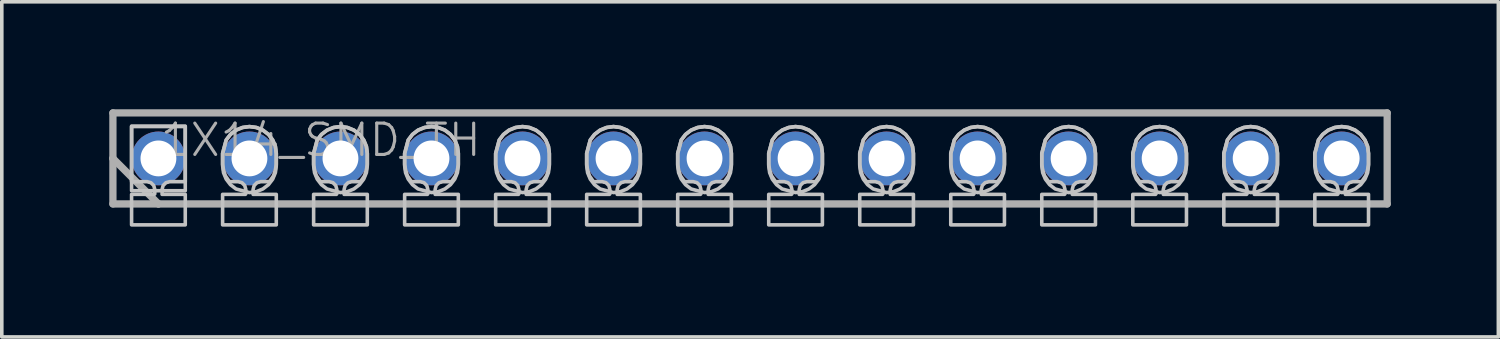
<source format=kicad_pcb>
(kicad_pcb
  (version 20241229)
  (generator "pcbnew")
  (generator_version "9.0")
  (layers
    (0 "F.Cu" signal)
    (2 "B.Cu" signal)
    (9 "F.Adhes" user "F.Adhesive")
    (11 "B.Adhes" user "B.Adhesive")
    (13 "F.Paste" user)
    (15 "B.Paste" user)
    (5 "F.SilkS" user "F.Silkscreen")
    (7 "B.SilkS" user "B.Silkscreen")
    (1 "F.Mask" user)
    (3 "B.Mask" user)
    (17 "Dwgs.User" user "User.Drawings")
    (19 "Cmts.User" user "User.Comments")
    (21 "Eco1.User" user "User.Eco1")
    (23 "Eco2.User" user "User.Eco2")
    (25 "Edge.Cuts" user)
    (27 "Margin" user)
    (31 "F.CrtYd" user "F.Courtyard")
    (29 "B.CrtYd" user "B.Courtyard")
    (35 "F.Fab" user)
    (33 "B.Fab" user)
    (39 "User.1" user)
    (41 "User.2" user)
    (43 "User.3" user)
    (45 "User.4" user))
  (footprint "1X14_SMD_TH"
    (layer "F.Cu")
    (at 1.371 1.371)
    (property "Reference" "1X14_SMD_TH" (at 0 0 0) (layer "F.Fab") (effects (font (size 0.874 0.874) (thickness 0.087)) (justify left bottom)))
    (attr through_hole)
    (fp_poly (pts (xy -0.876 -1.029) (xy 0.876 -1.029) (xy 0.876 1.029) (xy -0.876 1.029)) (stroke (width 0) (type solid)) (fill yes) (layer "F.Mask"))
    (fp_poly (pts (xy 1.664 0.14) (xy 1.664 -0.127) (xy 1.664 -0.127) (xy 1.692 -0.356) (xy 1.779 -0.569) (xy 1.918 -0.753) (xy 2.1 -0.895) (xy 2.54 -1.016) (xy 2.54 -1.016) (xy 2.768 -0.984) (xy 2.98 -0.895) (xy 3.162 -0.753) (xy 3.301 -0.569) (xy 3.388 -0.356) (xy 3.416 -0.127) (xy 3.416 0.14) (xy 3.416 0.14) (xy 3.386 0.367) (xy 3.299 0.578) (xy 3.16 0.759) (xy 2.978 0.899) (xy 2.767 0.986) (xy 2.54 1.016) (xy 2.54 1.016) (xy 2.313 0.986) (xy 2.102 0.899) (xy 1.92 0.759) (xy 1.781 0.578)) (stroke (width 0) (type solid)) (fill yes) (layer "F.Mask"))
    (fp_poly (pts (xy 4.204 0.14) (xy 4.204 -0.127) (xy 4.204 -0.127) (xy 4.232 -0.356) (xy 4.319 -0.569) (xy 4.458 -0.753) (xy 4.64 -0.895) (xy 5.08 -1.016) (xy 5.08 -1.016) (xy 5.308 -0.984) (xy 5.52 -0.895) (xy 5.702 -0.753) (xy 5.841 -0.569) (xy 5.928 -0.356) (xy 5.956 -0.127) (xy 5.956 0.14) (xy 5.956 0.14) (xy 5.926 0.367) (xy 5.839 0.578) (xy 5.7 0.759) (xy 5.518 0.899) (xy 5.307 0.986) (xy 5.08 1.016) (xy 5.08 1.016) (xy 4.853 0.986) (xy 4.642 0.899) (xy 4.46 0.759) (xy 4.321 0.578)) (stroke (width 0) (type solid)) (fill yes) (layer "F.Mask"))
    (fp_poly (pts (xy 6.744 0.14) (xy 6.744 -0.127) (xy 6.744 -0.127) (xy 6.772 -0.356) (xy 6.859 -0.569) (xy 6.998 -0.753) (xy 7.18 -0.895) (xy 7.62 -1.016) (xy 7.62 -1.016) (xy 7.848 -0.984) (xy 8.06 -0.895) (xy 8.242 -0.753) (xy 8.381 -0.569) (xy 8.468 -0.356) (xy 8.496 -0.127) (xy 8.496 0.14) (xy 8.496 0.14) (xy 8.466 0.367) (xy 8.379 0.578) (xy 8.24 0.759) (xy 8.058 0.899) (xy 7.847 0.986) (xy 7.62 1.016) (xy 7.62 1.016) (xy 7.393 0.986) (xy 7.182 0.899) (xy 7 0.759) (xy 6.861 0.578)) (stroke (width 0) (type solid)) (fill yes) (layer "F.Mask"))
    (fp_poly (pts (xy 9.284 0.14) (xy 9.284 -0.127) (xy 9.284 -0.127) (xy 9.312 -0.356) (xy 9.399 -0.569) (xy 9.538 -0.753) (xy 9.72 -0.895) (xy 10.16 -1.016) (xy 10.16 -1.016) (xy 10.388 -0.984) (xy 10.6 -0.895) (xy 10.782 -0.753) (xy 10.921 -0.569) (xy 11.008 -0.356) (xy 11.036 -0.127) (xy 11.036 0.14) (xy 11.036 0.14) (xy 11.006 0.367) (xy 10.919 0.578) (xy 10.78 0.759) (xy 10.598 0.899) (xy 10.387 0.986) (xy 10.16 1.016) (xy 10.16 1.016) (xy 9.933 0.986) (xy 9.722 0.899) (xy 9.54 0.759) (xy 9.401 0.578)) (stroke (width 0) (type solid)) (fill yes) (layer "F.Mask"))
    (fp_poly (pts (xy 11.824 0.14) (xy 11.824 -0.127) (xy 11.824 -0.127) (xy 11.852 -0.356) (xy 11.939 -0.569) (xy 12.078 -0.753) (xy 12.26 -0.895) (xy 12.7 -1.016) (xy 12.7 -1.016) (xy 12.928 -0.984) (xy 13.14 -0.895) (xy 13.322 -0.753) (xy 13.461 -0.569) (xy 13.548 -0.356) (xy 13.576 -0.127) (xy 13.576 0.14) (xy 13.576 0.14) (xy 13.546 0.367) (xy 13.459 0.578) (xy 13.32 0.759) (xy 13.138 0.899) (xy 12.927 0.986) (xy 12.7 1.016) (xy 12.7 1.016) (xy 12.473 0.986) (xy 12.262 0.899) (xy 12.08 0.759) (xy 11.941 0.578)) (stroke (width 0) (type solid)) (fill yes) (layer "F.Mask"))
    (fp_poly (pts (xy 14.364 0.14) (xy 14.364 -0.127) (xy 14.364 -0.127) (xy 14.392 -0.356) (xy 14.479 -0.569) (xy 14.618 -0.753) (xy 14.8 -0.895) (xy 15.24 -1.016) (xy 15.24 -1.016) (xy 15.468 -0.984) (xy 15.68 -0.895) (xy 15.862 -0.753) (xy 16.001 -0.569) (xy 16.088 -0.356) (xy 16.116 -0.127) (xy 16.116 0.14) (xy 16.116 0.14) (xy 16.086 0.367) (xy 15.999 0.578) (xy 15.86 0.759) (xy 15.678 0.899) (xy 15.467 0.986) (xy 15.24 1.016) (xy 15.24 1.016) (xy 15.013 0.986) (xy 14.802 0.899) (xy 14.62 0.759) (xy 14.481 0.578)) (stroke (width 0) (type solid)) (fill yes) (layer "F.Mask"))
    (fp_poly (pts (xy 16.904 0.14) (xy 16.904 -0.127) (xy 16.904 -0.127) (xy 16.932 -0.356) (xy 17.019 -0.569) (xy 17.158 -0.753) (xy 17.34 -0.895) (xy 17.78 -1.016) (xy 17.78 -1.016) (xy 18.008 -0.984) (xy 18.22 -0.895) (xy 18.402 -0.753) (xy 18.541 -0.569) (xy 18.628 -0.356) (xy 18.656 -0.127) (xy 18.656 0.14) (xy 18.656 0.14) (xy 18.626 0.367) (xy 18.539 0.578) (xy 18.4 0.759) (xy 18.218 0.899) (xy 18.007 0.986) (xy 17.78 1.016) (xy 17.78 1.016) (xy 17.553 0.986) (xy 17.342 0.899) (xy 17.16 0.759) (xy 17.021 0.578)) (stroke (width 0) (type solid)) (fill yes) (layer "F.Mask"))
    (fp_poly (pts (xy 19.444 0.14) (xy 19.444 -0.127) (xy 19.444 -0.127) (xy 19.472 -0.356) (xy 19.559 -0.569) (xy 19.698 -0.753) (xy 19.88 -0.895) (xy 20.32 -1.016) (xy 20.32 -1.016) (xy 20.548 -0.984) (xy 20.76 -0.895) (xy 20.942 -0.753) (xy 21.081 -0.569) (xy 21.168 -0.356) (xy 21.196 -0.127) (xy 21.196 0.14) (xy 21.196 0.14) (xy 21.166 0.367) (xy 21.079 0.578) (xy 20.94 0.759) (xy 20.758 0.899) (xy 20.547 0.986) (xy 20.32 1.016) (xy 20.32 1.016) (xy 20.093 0.986) (xy 19.882 0.899) (xy 19.7 0.759) (xy 19.561 0.578)) (stroke (width 0) (type solid)) (fill yes) (layer "F.Mask"))
    (fp_poly (pts (xy 21.984 0.14) (xy 21.984 -0.127) (xy 21.984 -0.127) (xy 22.012 -0.356) (xy 22.099 -0.569) (xy 22.238 -0.753) (xy 22.42 -0.895) (xy 22.86 -1.016) (xy 22.86 -1.016) (xy 23.088 -0.984) (xy 23.3 -0.895) (xy 23.482 -0.753) (xy 23.621 -0.569) (xy 23.708 -0.356) (xy 23.736 -0.127) (xy 23.736 0.14) (xy 23.736 0.14) (xy 23.706 0.367) (xy 23.619 0.578) (xy 23.48 0.759) (xy 23.298 0.899) (xy 23.087 0.986) (xy 22.86 1.016) (xy 22.86 1.016) (xy 22.633 0.986) (xy 22.422 0.899) (xy 22.24 0.759) (xy 22.101 0.578)) (stroke (width 0) (type solid)) (fill yes) (layer "F.Mask"))
    (fp_poly (pts (xy 24.524 0.14) (xy 24.524 -0.127) (xy 24.524 -0.127) (xy 24.552 -0.356) (xy 24.639 -0.569) (xy 24.778 -0.753) (xy 24.96 -0.895) (xy 25.4 -1.016) (xy 25.4 -1.016) (xy 25.628 -0.984) (xy 25.84 -0.895) (xy 26.022 -0.753) (xy 26.161 -0.569) (xy 26.248 -0.356) (xy 26.276 -0.127) (xy 26.276 0.14) (xy 26.276 0.14) (xy 26.246 0.367) (xy 26.159 0.578) (xy 26.02 0.759) (xy 25.838 0.899) (xy 25.627 0.986) (xy 25.4 1.016) (xy 25.4 1.016) (xy 25.173 0.986) (xy 24.962 0.899) (xy 24.78 0.759) (xy 24.641 0.578)) (stroke (width 0) (type solid)) (fill yes) (layer "F.Mask"))
    (fp_poly (pts (xy 27.064 0.14) (xy 27.064 -0.127) (xy 27.064 -0.127) (xy 27.092 -0.356) (xy 27.179 -0.569) (xy 27.318 -0.753) (xy 27.5 -0.895) (xy 27.94 -1.016) (xy 27.94 -1.016) (xy 28.168 -0.984) (xy 28.38 -0.895) (xy 28.562 -0.753) (xy 28.701 -0.569) (xy 28.788 -0.356) (xy 28.816 -0.127) (xy 28.816 0.14) (xy 28.816 0.14) (xy 28.786 0.367) (xy 28.699 0.578) (xy 28.56 0.759) (xy 28.378 0.899) (xy 28.167 0.986) (xy 27.94 1.016) (xy 27.94 1.016) (xy 27.713 0.986) (xy 27.502 0.899) (xy 27.32 0.759) (xy 27.181 0.578)) (stroke (width 0) (type solid)) (fill yes) (layer "F.Mask"))
    (fp_poly (pts (xy 29.604 0.14) (xy 29.604 -0.127) (xy 29.604 -0.127) (xy 29.632 -0.356) (xy 29.719 -0.569) (xy 29.858 -0.753) (xy 30.04 -0.895) (xy 30.48 -1.016) (xy 30.48 -1.016) (xy 30.708 -0.984) (xy 30.92 -0.895) (xy 31.102 -0.753) (xy 31.241 -0.569) (xy 31.328 -0.356) (xy 31.356 -0.127) (xy 31.356 0.14) (xy 31.356 0.14) (xy 31.326 0.367) (xy 31.239 0.578) (xy 31.1 0.759) (xy 30.918 0.899) (xy 30.707 0.986) (xy 30.48 1.016) (xy 30.48 1.016) (xy 30.253 0.986) (xy 30.042 0.899) (xy 29.86 0.759) (xy 29.721 0.578)) (stroke (width 0) (type solid)) (fill yes) (layer "F.Mask"))
    (fp_poly (pts (xy 32.144 0.14) (xy 32.144 -0.127) (xy 32.144 -0.127) (xy 32.172 -0.356) (xy 32.259 -0.569) (xy 32.398 -0.753) (xy 32.58 -0.895) (xy 33.02 -1.016) (xy 33.02 -1.016) (xy 33.248 -0.984) (xy 33.46 -0.895) (xy 33.642 -0.753) (xy 33.781 -0.569) (xy 33.868 -0.356) (xy 33.896 -0.127) (xy 33.896 0.14) (xy 33.896 0.14) (xy 33.866 0.367) (xy 33.779 0.578) (xy 33.64 0.759) (xy 33.458 0.899) (xy 33.247 0.986) (xy 33.02 1.016) (xy 33.02 1.016) (xy 32.793 0.986) (xy 32.582 0.899) (xy 32.4 0.759) (xy 32.261 0.578)) (stroke (width 0) (type solid)) (fill yes) (layer "F.Mask"))
    (fp_poly (pts (xy -0.876 -1.029) (xy -0.876 0.775) (xy -0.356 0.775) (xy -0.33 0.775) (xy -0.229 0.876) (xy -0.749 0.876) (xy -0.876 1.003) (xy -0.876 1.854) (xy -0.749 1.981) (xy 0.749 1.981) (xy 0.876 1.854) (xy 0.876 1.003) (xy 0.749 0.876) (xy 0.229 0.876) (xy 0.33 0.775) (xy 0.356 0.775) (xy 0.876 0.775) (xy 0.876 -1.029)) (stroke (width 0) (type solid)) (fill yes) (layer "B.Mask"))
    (fp_poly (pts (xy 1.664 -0.152) (xy 1.664 -0.152) (xy 1.693 -0.376) (xy 1.779 -0.584) (xy 1.917 -0.763) (xy 2.095 -0.9) (xy 2.527 -1.016) (xy 2.54 -1.016) (xy 2.553 -1.016) (xy 2.553 -1.016) (xy 2.776 -0.987) (xy 2.985 -0.9) (xy 3.163 -0.763) (xy 3.301 -0.584) (xy 3.387 -0.376) (xy 3.416 -0.152) (xy 3.416 0.152) (xy 3.391 0.343) (xy 3.327 0.533) (xy 3.175 0.749) (xy 3.124 0.775) (xy 2.896 0.775) (xy 2.87 0.775) (xy 2.769 0.876) (xy 3.289 0.876) (xy 3.416 1.003) (xy 3.416 1.854) (xy 3.289 1.981) (xy 1.791 1.981) (xy 1.664 1.854) (xy 1.664 1.003) (xy 1.791 0.876) (xy 2.311 0.876) (xy 2.21 0.775) (xy 2.184 0.775) (xy 1.956 0.775) (xy 1.905 0.749) (xy 1.753 0.533) (xy 1.664 0.152)) (stroke (width 0) (type solid)) (fill yes) (layer "B.Mask"))
    (fp_poly (pts (xy 1.664 -0.152) (xy 1.664 -0.152) (xy 1.693 -0.376) (xy 1.779 -0.584) (xy 1.917 -0.763) (xy 2.095 -0.9) (xy 2.527 -1.016) (xy 2.54 -1.016) (xy 2.553 -1.016) (xy 2.553 -1.016) (xy 2.776 -0.987) (xy 2.985 -0.9) (xy 3.163 -0.763) (xy 3.301 -0.584) (xy 3.387 -0.376) (xy 3.416 -0.152) (xy 3.416 0.152) (xy 3.391 0.343) (xy 3.327 0.533) (xy 3.175 0.749) (xy 3.124 0.775) (xy 2.896 0.775) (xy 2.87 0.775) (xy 2.769 0.876) (xy 3.289 0.876) (xy 3.416 1.003) (xy 3.416 1.854) (xy 3.289 1.981) (xy 1.791 1.981) (xy 1.664 1.854) (xy 1.664 1.003) (xy 1.791 0.876) (xy 2.311 0.876) (xy 2.21 0.775) (xy 2.184 0.775) (xy 1.956 0.775) (xy 1.905 0.749) (xy 1.753 0.533) (xy 1.664 0.152)) (stroke (width 0) (type solid)) (fill yes) (layer "B.Mask"))
    (fp_poly (pts (xy 4.204 -0.152) (xy 4.204 -0.152) (xy 4.233 -0.376) (xy 4.319 -0.584) (xy 4.457 -0.763) (xy 4.636 -0.9) (xy 5.067 -1.016) (xy 5.08 -1.016) (xy 5.093 -1.016) (xy 5.093 -1.016) (xy 5.316 -0.987) (xy 5.524 -0.9) (xy 5.703 -0.763) (xy 5.841 -0.584) (xy 5.927 -0.376) (xy 5.956 -0.152) (xy 5.956 0.152) (xy 5.931 0.343) (xy 5.867 0.533) (xy 5.715 0.749) (xy 5.664 0.775) (xy 5.436 0.775) (xy 5.41 0.775) (xy 5.309 0.876) (xy 5.829 0.876) (xy 5.956 1.003) (xy 5.956 1.854) (xy 5.829 1.981) (xy 4.331 1.981) (xy 4.204 1.854) (xy 4.204 1.003) (xy 4.331 0.876) (xy 4.851 0.876) (xy 4.75 0.775) (xy 4.724 0.775) (xy 4.496 0.775) (xy 4.445 0.749) (xy 4.293 0.533) (xy 4.204 0.152)) (stroke (width 0) (type solid)) (fill yes) (layer "B.Mask"))
    (fp_poly (pts (xy 4.204 -0.152) (xy 4.204 -0.152) (xy 4.233 -0.376) (xy 4.319 -0.584) (xy 4.457 -0.763) (xy 4.636 -0.9) (xy 5.067 -1.016) (xy 5.08 -1.016) (xy 5.093 -1.016) (xy 5.093 -1.016) (xy 5.316 -0.987) (xy 5.524 -0.9) (xy 5.703 -0.763) (xy 5.841 -0.584) (xy 5.927 -0.376) (xy 5.956 -0.152) (xy 5.956 0.152) (xy 5.931 0.343) (xy 5.867 0.533) (xy 5.715 0.749) (xy 5.664 0.775) (xy 5.436 0.775) (xy 5.41 0.775) (xy 5.309 0.876) (xy 5.829 0.876) (xy 5.956 1.003) (xy 5.956 1.854) (xy 5.829 1.981) (xy 4.331 1.981) (xy 4.204 1.854) (xy 4.204 1.003) (xy 4.331 0.876) (xy 4.851 0.876) (xy 4.75 0.775) (xy 4.724 0.775) (xy 4.496 0.775) (xy 4.445 0.749) (xy 4.293 0.533) (xy 4.204 0.152)) (stroke (width 0) (type solid)) (fill yes) (layer "B.Mask"))
    (fp_poly (pts (xy 6.744 -0.152) (xy 6.744 -0.152) (xy 6.773 -0.376) (xy 6.859 -0.584) (xy 6.997 -0.763) (xy 7.176 -0.9) (xy 7.607 -1.016) (xy 7.62 -1.016) (xy 7.633 -1.016) (xy 7.633 -1.016) (xy 7.856 -0.987) (xy 8.065 -0.9) (xy 8.243 -0.763) (xy 8.381 -0.584) (xy 8.467 -0.376) (xy 8.496 -0.152) (xy 8.496 0.152) (xy 8.471 0.343) (xy 8.407 0.533) (xy 8.255 0.749) (xy 8.204 0.775) (xy 7.976 0.775) (xy 7.95 0.775) (xy 7.849 0.876) (xy 8.369 0.876) (xy 8.496 1.003) (xy 8.496 1.854) (xy 8.369 1.981) (xy 6.871 1.981) (xy 6.744 1.854) (xy 6.744 1.003) (xy 6.871 0.876) (xy 7.391 0.876) (xy 7.29 0.775) (xy 7.264 0.775) (xy 7.036 0.775) (xy 6.985 0.749) (xy 6.833 0.533) (xy 6.744 0.152)) (stroke (width 0) (type solid)) (fill yes) (layer "B.Mask"))
    (fp_poly (pts (xy 6.744 -0.152) (xy 6.744 -0.152) (xy 6.773 -0.376) (xy 6.859 -0.584) (xy 6.997 -0.763) (xy 7.176 -0.9) (xy 7.607 -1.016) (xy 7.62 -1.016) (xy 7.633 -1.016) (xy 7.633 -1.016) (xy 7.856 -0.987) (xy 8.065 -0.9) (xy 8.243 -0.763) (xy 8.381 -0.584) (xy 8.467 -0.376) (xy 8.496 -0.152) (xy 8.496 0.152) (xy 8.471 0.343) (xy 8.407 0.533) (xy 8.255 0.749) (xy 8.204 0.775) (xy 7.976 0.775) (xy 7.95 0.775) (xy 7.849 0.876) (xy 8.369 0.876) (xy 8.496 1.003) (xy 8.496 1.854) (xy 8.369 1.981) (xy 6.871 1.981) (xy 6.744 1.854) (xy 6.744 1.003) (xy 6.871 0.876) (xy 7.391 0.876) (xy 7.29 0.775) (xy 7.264 0.775) (xy 7.036 0.775) (xy 6.985 0.749) (xy 6.833 0.533) (xy 6.744 0.152)) (stroke (width 0) (type solid)) (fill yes) (layer "B.Mask"))
    (fp_poly (pts (xy 9.284 -0.152) (xy 9.284 -0.152) (xy 9.313 -0.376) (xy 9.399 -0.584) (xy 9.537 -0.763) (xy 9.716 -0.9) (xy 10.147 -1.016) (xy 10.16 -1.016) (xy 10.173 -1.016) (xy 10.173 -1.016) (xy 10.396 -0.987) (xy 10.604 -0.9) (xy 10.783 -0.763) (xy 10.921 -0.584) (xy 11.007 -0.376) (xy 11.036 -0.152) (xy 11.036 0.152) (xy 11.011 0.343) (xy 10.947 0.533) (xy 10.795 0.749) (xy 10.744 0.775) (xy 10.516 0.775) (xy 10.49 0.775) (xy 10.389 0.876) (xy 10.909 0.876) (xy 11.036 1.003) (xy 11.036 1.854) (xy 10.909 1.981) (xy 9.411 1.981) (xy 9.284 1.854) (xy 9.284 1.003) (xy 9.411 0.876) (xy 9.931 0.876) (xy 9.83 0.775) (xy 9.804 0.775) (xy 9.576 0.775) (xy 9.525 0.749) (xy 9.373 0.533) (xy 9.284 0.152)) (stroke (width 0) (type solid)) (fill yes) (layer "B.Mask"))
    (fp_poly (pts (xy 9.284 -0.152) (xy 9.284 -0.152) (xy 9.313 -0.376) (xy 9.399 -0.584) (xy 9.537 -0.763) (xy 9.716 -0.9) (xy 10.147 -1.016) (xy 10.16 -1.016) (xy 10.173 -1.016) (xy 10.173 -1.016) (xy 10.396 -0.987) (xy 10.604 -0.9) (xy 10.783 -0.763) (xy 10.921 -0.584) (xy 11.007 -0.376) (xy 11.036 -0.152) (xy 11.036 0.152) (xy 11.011 0.343) (xy 10.947 0.533) (xy 10.795 0.749) (xy 10.744 0.775) (xy 10.516 0.775) (xy 10.49 0.775) (xy 10.389 0.876) (xy 10.909 0.876) (xy 11.036 1.003) (xy 11.036 1.854) (xy 10.909 1.981) (xy 9.411 1.981) (xy 9.284 1.854) (xy 9.284 1.003) (xy 9.411 0.876) (xy 9.931 0.876) (xy 9.83 0.775) (xy 9.804 0.775) (xy 9.576 0.775) (xy 9.525 0.749) (xy 9.373 0.533) (xy 9.284 0.152)) (stroke (width 0) (type solid)) (fill yes) (layer "B.Mask"))
    (fp_poly (pts (xy 11.824 -0.152) (xy 11.824 -0.152) (xy 11.853 -0.376) (xy 11.939 -0.584) (xy 12.077 -0.763) (xy 12.255 -0.9) (xy 12.687 -1.016) (xy 12.7 -1.016) (xy 12.713 -1.016) (xy 12.713 -1.016) (xy 12.936 -0.987) (xy 13.145 -0.9) (xy 13.323 -0.763) (xy 13.461 -0.584) (xy 13.547 -0.376) (xy 13.576 -0.152) (xy 13.576 0.152) (xy 13.551 0.343) (xy 13.487 0.533) (xy 13.335 0.749) (xy 13.284 0.775) (xy 13.056 0.775) (xy 13.03 0.775) (xy 12.929 0.876) (xy 13.449 0.876) (xy 13.576 1.003) (xy 13.576 1.854) (xy 13.449 1.981) (xy 11.951 1.981) (xy 11.824 1.854) (xy 11.824 1.003) (xy 11.951 0.876) (xy 12.471 0.876) (xy 12.37 0.775) (xy 12.344 0.775) (xy 12.116 0.775) (xy 12.065 0.749) (xy 11.913 0.533) (xy 11.824 0.152)) (stroke (width 0) (type solid)) (fill yes) (layer "B.Mask"))
    (fp_poly (pts (xy 11.824 -0.152) (xy 11.824 -0.152) (xy 11.853 -0.376) (xy 11.939 -0.584) (xy 12.077 -0.763) (xy 12.255 -0.9) (xy 12.687 -1.016) (xy 12.7 -1.016) (xy 12.713 -1.016) (xy 12.713 -1.016) (xy 12.936 -0.987) (xy 13.145 -0.9) (xy 13.323 -0.763) (xy 13.461 -0.584) (xy 13.547 -0.376) (xy 13.576 -0.152) (xy 13.576 0.152) (xy 13.551 0.343) (xy 13.487 0.533) (xy 13.335 0.749) (xy 13.284 0.775) (xy 13.056 0.775) (xy 13.03 0.775) (xy 12.929 0.876) (xy 13.449 0.876) (xy 13.576 1.003) (xy 13.576 1.854) (xy 13.449 1.981) (xy 11.951 1.981) (xy 11.824 1.854) (xy 11.824 1.003) (xy 11.951 0.876) (xy 12.471 0.876) (xy 12.37 0.775) (xy 12.344 0.775) (xy 12.116 0.775) (xy 12.065 0.749) (xy 11.913 0.533) (xy 11.824 0.152)) (stroke (width 0) (type solid)) (fill yes) (layer "B.Mask"))
    (fp_poly (pts (xy 14.364 -0.152) (xy 14.364 -0.152) (xy 14.393 -0.376) (xy 14.479 -0.584) (xy 14.617 -0.763) (xy 14.796 -0.9) (xy 15.227 -1.016) (xy 15.24 -1.016) (xy 15.253 -1.016) (xy 15.253 -1.016) (xy 15.476 -0.987) (xy 15.684 -0.9) (xy 15.863 -0.763) (xy 16.001 -0.584) (xy 16.087 -0.376) (xy 16.116 -0.152) (xy 16.116 0.152) (xy 16.091 0.343) (xy 16.027 0.533) (xy 15.875 0.749) (xy 15.824 0.775) (xy 15.596 0.775) (xy 15.57 0.775) (xy 15.469 0.876) (xy 15.989 0.876) (xy 16.116 1.003) (xy 16.116 1.854) (xy 15.989 1.981) (xy 14.491 1.981) (xy 14.364 1.854) (xy 14.364 1.003) (xy 14.491 0.876) (xy 15.011 0.876) (xy 14.91 0.775) (xy 14.884 0.775) (xy 14.656 0.775) (xy 14.605 0.749) (xy 14.453 0.533) (xy 14.364 0.152)) (stroke (width 0) (type solid)) (fill yes) (layer "B.Mask"))
    (fp_poly (pts (xy 14.364 -0.152) (xy 14.364 -0.152) (xy 14.393 -0.376) (xy 14.479 -0.584) (xy 14.617 -0.763) (xy 14.796 -0.9) (xy 15.227 -1.016) (xy 15.24 -1.016) (xy 15.253 -1.016) (xy 15.253 -1.016) (xy 15.476 -0.987) (xy 15.684 -0.9) (xy 15.863 -0.763) (xy 16.001 -0.584) (xy 16.087 -0.376) (xy 16.116 -0.152) (xy 16.116 0.152) (xy 16.091 0.343) (xy 16.027 0.533) (xy 15.875 0.749) (xy 15.824 0.775) (xy 15.596 0.775) (xy 15.57 0.775) (xy 15.469 0.876) (xy 15.989 0.876) (xy 16.116 1.003) (xy 16.116 1.854) (xy 15.989 1.981) (xy 14.491 1.981) (xy 14.364 1.854) (xy 14.364 1.003) (xy 14.491 0.876) (xy 15.011 0.876) (xy 14.91 0.775) (xy 14.884 0.775) (xy 14.656 0.775) (xy 14.605 0.749) (xy 14.453 0.533) (xy 14.364 0.152)) (stroke (width 0) (type solid)) (fill yes) (layer "B.Mask"))
    (fp_poly (pts (xy 16.904 -0.152) (xy 16.904 -0.152) (xy 16.933 -0.376) (xy 17.019 -0.584) (xy 17.157 -0.763) (xy 17.335 -0.9) (xy 17.767 -1.016) (xy 17.78 -1.016) (xy 17.793 -1.016) (xy 17.793 -1.016) (xy 18.016 -0.987) (xy 18.224 -0.9) (xy 18.403 -0.763) (xy 18.541 -0.584) (xy 18.627 -0.376) (xy 18.656 -0.152) (xy 18.656 0.152) (xy 18.631 0.343) (xy 18.567 0.533) (xy 18.415 0.749) (xy 18.364 0.775) (xy 18.136 0.775) (xy 18.11 0.775) (xy 18.009 0.876) (xy 18.529 0.876) (xy 18.656 1.003) (xy 18.656 1.854) (xy 18.529 1.981) (xy 17.031 1.981) (xy 16.904 1.854) (xy 16.904 1.003) (xy 17.031 0.876) (xy 17.551 0.876) (xy 17.45 0.775) (xy 17.424 0.775) (xy 17.196 0.775) (xy 17.145 0.749) (xy 16.993 0.533) (xy 16.904 0.152)) (stroke (width 0) (type solid)) (fill yes) (layer "B.Mask"))
    (fp_poly (pts (xy 16.904 -0.152) (xy 16.904 -0.152) (xy 16.933 -0.376) (xy 17.019 -0.584) (xy 17.157 -0.763) (xy 17.335 -0.9) (xy 17.767 -1.016) (xy 17.78 -1.016) (xy 17.793 -1.016) (xy 17.793 -1.016) (xy 18.016 -0.987) (xy 18.224 -0.9) (xy 18.403 -0.763) (xy 18.541 -0.584) (xy 18.627 -0.376) (xy 18.656 -0.152) (xy 18.656 0.152) (xy 18.631 0.343) (xy 18.567 0.533) (xy 18.415 0.749) (xy 18.364 0.775) (xy 18.136 0.775) (xy 18.11 0.775) (xy 18.009 0.876) (xy 18.529 0.876) (xy 18.656 1.003) (xy 18.656 1.854) (xy 18.529 1.981) (xy 17.031 1.981) (xy 16.904 1.854) (xy 16.904 1.003) (xy 17.031 0.876) (xy 17.551 0.876) (xy 17.45 0.775) (xy 17.424 0.775) (xy 17.196 0.775) (xy 17.145 0.749) (xy 16.993 0.533) (xy 16.904 0.152)) (stroke (width 0) (type solid)) (fill yes) (layer "B.Mask"))
    (fp_poly (pts (xy 19.444 -0.152) (xy 19.444 -0.152) (xy 19.473 -0.376) (xy 19.559 -0.584) (xy 19.697 -0.763) (xy 19.875 -0.9) (xy 20.307 -1.016) (xy 20.32 -1.016) (xy 20.333 -1.016) (xy 20.333 -1.016) (xy 20.556 -0.987) (xy 20.765 -0.9) (xy 20.943 -0.763) (xy 21.081 -0.584) (xy 21.167 -0.376) (xy 21.196 -0.152) (xy 21.196 0.152) (xy 21.171 0.343) (xy 21.107 0.533) (xy 20.955 0.749) (xy 20.904 0.775) (xy 20.676 0.775) (xy 20.65 0.775) (xy 20.549 0.876) (xy 21.069 0.876) (xy 21.196 1.003) (xy 21.196 1.854) (xy 21.069 1.981) (xy 19.571 1.981) (xy 19.444 1.854) (xy 19.444 1.003) (xy 19.571 0.876) (xy 20.091 0.876) (xy 19.99 0.775) (xy 19.964 0.775) (xy 19.736 0.775) (xy 19.685 0.749) (xy 19.533 0.533) (xy 19.444 0.152)) (stroke (width 0) (type solid)) (fill yes) (layer "B.Mask"))
    (fp_poly (pts (xy 19.444 -0.152) (xy 19.444 -0.152) (xy 19.473 -0.376) (xy 19.559 -0.584) (xy 19.697 -0.763) (xy 19.875 -0.9) (xy 20.307 -1.016) (xy 20.32 -1.016) (xy 20.333 -1.016) (xy 20.333 -1.016) (xy 20.556 -0.987) (xy 20.765 -0.9) (xy 20.943 -0.763) (xy 21.081 -0.584) (xy 21.167 -0.376) (xy 21.196 -0.152) (xy 21.196 0.152) (xy 21.171 0.343) (xy 21.107 0.533) (xy 20.955 0.749) (xy 20.904 0.775) (xy 20.676 0.775) (xy 20.65 0.775) (xy 20.549 0.876) (xy 21.069 0.876) (xy 21.196 1.003) (xy 21.196 1.854) (xy 21.069 1.981) (xy 19.571 1.981) (xy 19.444 1.854) (xy 19.444 1.003) (xy 19.571 0.876) (xy 20.091 0.876) (xy 19.99 0.775) (xy 19.964 0.775) (xy 19.736 0.775) (xy 19.685 0.749) (xy 19.533 0.533) (xy 19.444 0.152)) (stroke (width 0) (type solid)) (fill yes) (layer "B.Mask"))
    (fp_poly (pts (xy 21.984 -0.152) (xy 21.984 -0.152) (xy 22.013 -0.376) (xy 22.099 -0.584) (xy 22.237 -0.763) (xy 22.416 -0.9) (xy 22.847 -1.016) (xy 22.86 -1.016) (xy 22.873 -1.016) (xy 22.873 -1.016) (xy 23.096 -0.987) (xy 23.305 -0.9) (xy 23.483 -0.763) (xy 23.621 -0.584) (xy 23.707 -0.376) (xy 23.736 -0.152) (xy 23.736 0.152) (xy 23.711 0.343) (xy 23.647 0.533) (xy 23.495 0.749) (xy 23.444 0.775) (xy 23.216 0.775) (xy 23.19 0.775) (xy 23.089 0.876) (xy 23.609 0.876) (xy 23.736 1.003) (xy 23.736 1.854) (xy 23.609 1.981) (xy 22.111 1.981) (xy 21.984 1.854) (xy 21.984 1.003) (xy 22.111 0.876) (xy 22.631 0.876) (xy 22.53 0.775) (xy 22.504 0.775) (xy 22.276 0.775) (xy 22.225 0.749) (xy 22.073 0.533) (xy 21.984 0.152)) (stroke (width 0) (type solid)) (fill yes) (layer "B.Mask"))
    (fp_poly (pts (xy 21.984 -0.152) (xy 21.984 -0.152) (xy 22.013 -0.376) (xy 22.099 -0.584) (xy 22.237 -0.763) (xy 22.416 -0.9) (xy 22.847 -1.016) (xy 22.86 -1.016) (xy 22.873 -1.016) (xy 22.873 -1.016) (xy 23.096 -0.987) (xy 23.305 -0.9) (xy 23.483 -0.763) (xy 23.621 -0.584) (xy 23.707 -0.376) (xy 23.736 -0.152) (xy 23.736 0.152) (xy 23.711 0.343) (xy 23.647 0.533) (xy 23.495 0.749) (xy 23.444 0.775) (xy 23.216 0.775) (xy 23.19 0.775) (xy 23.089 0.876) (xy 23.609 0.876) (xy 23.736 1.003) (xy 23.736 1.854) (xy 23.609 1.981) (xy 22.111 1.981) (xy 21.984 1.854) (xy 21.984 1.003) (xy 22.111 0.876) (xy 22.631 0.876) (xy 22.53 0.775) (xy 22.504 0.775) (xy 22.276 0.775) (xy 22.225 0.749) (xy 22.073 0.533) (xy 21.984 0.152)) (stroke (width 0) (type solid)) (fill yes) (layer "B.Mask"))
    (fp_poly (pts (xy 24.524 -0.152) (xy 24.524 -0.152) (xy 24.553 -0.376) (xy 24.639 -0.584) (xy 24.777 -0.763) (xy 24.956 -0.9) (xy 25.387 -1.016) (xy 25.4 -1.016) (xy 25.413 -1.016) (xy 25.413 -1.016) (xy 25.636 -0.987) (xy 25.845 -0.9) (xy 26.023 -0.763) (xy 26.161 -0.584) (xy 26.247 -0.376) (xy 26.276 -0.152) (xy 26.276 0.152) (xy 26.251 0.343) (xy 26.187 0.533) (xy 26.035 0.749) (xy 25.984 0.775) (xy 25.756 0.775) (xy 25.73 0.775) (xy 25.629 0.876) (xy 26.149 0.876) (xy 26.276 1.003) (xy 26.276 1.854) (xy 26.149 1.981) (xy 24.651 1.981) (xy 24.524 1.854) (xy 24.524 1.003) (xy 24.651 0.876) (xy 25.171 0.876) (xy 25.07 0.775) (xy 25.044 0.775) (xy 24.816 0.775) (xy 24.765 0.749) (xy 24.613 0.533) (xy 24.524 0.152)) (stroke (width 0) (type solid)) (fill yes) (layer "B.Mask"))
    (fp_poly (pts (xy 24.524 -0.152) (xy 24.524 -0.152) (xy 24.553 -0.376) (xy 24.639 -0.584) (xy 24.777 -0.763) (xy 24.956 -0.9) (xy 25.387 -1.016) (xy 25.4 -1.016) (xy 25.413 -1.016) (xy 25.413 -1.016) (xy 25.636 -0.987) (xy 25.845 -0.9) (xy 26.023 -0.763) (xy 26.161 -0.584) (xy 26.247 -0.376) (xy 26.276 -0.152) (xy 26.276 0.152) (xy 26.251 0.343) (xy 26.187 0.533) (xy 26.035 0.749) (xy 25.984 0.775) (xy 25.756 0.775) (xy 25.73 0.775) (xy 25.629 0.876) (xy 26.149 0.876) (xy 26.276 1.003) (xy 26.276 1.854) (xy 26.149 1.981) (xy 24.651 1.981) (xy 24.524 1.854) (xy 24.524 1.003) (xy 24.651 0.876) (xy 25.171 0.876) (xy 25.07 0.775) (xy 25.044 0.775) (xy 24.816 0.775) (xy 24.765 0.749) (xy 24.613 0.533) (xy 24.524 0.152)) (stroke (width 0) (type solid)) (fill yes) (layer "B.Mask"))
    (fp_poly (pts (xy 27.064 -0.152) (xy 27.064 -0.152) (xy 27.093 -0.376) (xy 27.179 -0.584) (xy 27.317 -0.763) (xy 27.495 -0.9) (xy 27.927 -1.016) (xy 27.94 -1.016) (xy 27.953 -1.016) (xy 27.953 -1.016) (xy 28.176 -0.987) (xy 28.384 -0.9) (xy 28.563 -0.763) (xy 28.701 -0.584) (xy 28.787 -0.376) (xy 28.816 -0.152) (xy 28.816 0.152) (xy 28.791 0.343) (xy 28.727 0.533) (xy 28.575 0.749) (xy 28.524 0.775) (xy 28.296 0.775) (xy 28.27 0.775) (xy 28.169 0.876) (xy 28.689 0.876) (xy 28.816 1.003) (xy 28.816 1.854) (xy 28.689 1.981) (xy 27.191 1.981) (xy 27.064 1.854) (xy 27.064 1.003) (xy 27.191 0.876) (xy 27.711 0.876) (xy 27.61 0.775) (xy 27.584 0.775) (xy 27.356 0.775) (xy 27.305 0.749) (xy 27.153 0.533) (xy 27.064 0.152)) (stroke (width 0) (type solid)) (fill yes) (layer "B.Mask"))
    (fp_poly (pts (xy 27.064 -0.152) (xy 27.064 -0.152) (xy 27.093 -0.376) (xy 27.179 -0.584) (xy 27.317 -0.763) (xy 27.495 -0.9) (xy 27.927 -1.016) (xy 27.94 -1.016) (xy 27.953 -1.016) (xy 27.953 -1.016) (xy 28.176 -0.987) (xy 28.384 -0.9) (xy 28.563 -0.763) (xy 28.701 -0.584) (xy 28.787 -0.376) (xy 28.816 -0.152) (xy 28.816 0.152) (xy 28.791 0.343) (xy 28.727 0.533) (xy 28.575 0.749) (xy 28.524 0.775) (xy 28.296 0.775) (xy 28.27 0.775) (xy 28.169 0.876) (xy 28.689 0.876) (xy 28.816 1.003) (xy 28.816 1.854) (xy 28.689 1.981) (xy 27.191 1.981) (xy 27.064 1.854) (xy 27.064 1.003) (xy 27.191 0.876) (xy 27.711 0.876) (xy 27.61 0.775) (xy 27.584 0.775) (xy 27.356 0.775) (xy 27.305 0.749) (xy 27.153 0.533) (xy 27.064 0.152)) (stroke (width 0) (type solid)) (fill yes) (layer "B.Mask"))
    (fp_poly (pts (xy 29.604 -0.152) (xy 29.604 -0.152) (xy 29.633 -0.376) (xy 29.719 -0.584) (xy 29.857 -0.763) (xy 30.035 -0.9) (xy 30.467 -1.016) (xy 30.48 -1.016) (xy 30.493 -1.016) (xy 30.493 -1.016) (xy 30.716 -0.987) (xy 30.924 -0.9) (xy 31.103 -0.763) (xy 31.241 -0.584) (xy 31.327 -0.376) (xy 31.356 -0.152) (xy 31.356 0.152) (xy 31.331 0.343) (xy 31.267 0.533) (xy 31.115 0.749) (xy 31.064 0.775) (xy 30.836 0.775) (xy 30.81 0.775) (xy 30.709 0.876) (xy 31.229 0.876) (xy 31.356 1.003) (xy 31.356 1.854) (xy 31.229 1.981) (xy 29.731 1.981) (xy 29.604 1.854) (xy 29.604 1.003) (xy 29.731 0.876) (xy 30.251 0.876) (xy 30.15 0.775) (xy 30.124 0.775) (xy 29.896 0.775) (xy 29.845 0.749) (xy 29.693 0.533) (xy 29.604 0.152)) (stroke (width 0) (type solid)) (fill yes) (layer "B.Mask"))
    (fp_poly (pts (xy 29.604 -0.152) (xy 29.604 -0.152) (xy 29.633 -0.376) (xy 29.719 -0.584) (xy 29.857 -0.763) (xy 30.035 -0.9) (xy 30.467 -1.016) (xy 30.48 -1.016) (xy 30.493 -1.016) (xy 30.493 -1.016) (xy 30.716 -0.987) (xy 30.924 -0.9) (xy 31.103 -0.763) (xy 31.241 -0.584) (xy 31.327 -0.376) (xy 31.356 -0.152) (xy 31.356 0.152) (xy 31.331 0.343) (xy 31.267 0.533) (xy 31.115 0.749) (xy 31.064 0.775) (xy 30.836 0.775) (xy 30.81 0.775) (xy 30.709 0.876) (xy 31.229 0.876) (xy 31.356 1.003) (xy 31.356 1.854) (xy 31.229 1.981) (xy 29.731 1.981) (xy 29.604 1.854) (xy 29.604 1.003) (xy 29.731 0.876) (xy 30.251 0.876) (xy 30.15 0.775) (xy 30.124 0.775) (xy 29.896 0.775) (xy 29.845 0.749) (xy 29.693 0.533) (xy 29.604 0.152)) (stroke (width 0) (type solid)) (fill yes) (layer "B.Mask"))
    (fp_poly (pts (xy 32.144 -0.152) (xy 32.144 -0.152) (xy 32.173 -0.376) (xy 32.259 -0.584) (xy 32.397 -0.763) (xy 32.575 -0.9) (xy 33.007 -1.016) (xy 33.02 -1.016) (xy 33.033 -1.016) (xy 33.033 -1.016) (xy 33.256 -0.987) (xy 33.465 -0.9) (xy 33.643 -0.763) (xy 33.781 -0.584) (xy 33.867 -0.376) (xy 33.896 -0.152) (xy 33.896 0.152) (xy 33.871 0.343) (xy 33.807 0.533) (xy 33.655 0.749) (xy 33.604 0.775) (xy 33.376 0.775) (xy 33.35 0.775) (xy 33.249 0.876) (xy 33.769 0.876) (xy 33.896 1.003) (xy 33.896 1.854) (xy 33.769 1.981) (xy 32.271 1.981) (xy 32.144 1.854) (xy 32.144 1.003) (xy 32.271 0.876) (xy 32.791 0.876) (xy 32.69 0.775) (xy 32.664 0.775) (xy 32.436 0.775) (xy 32.385 0.749) (xy 32.233 0.533) (xy 32.144 0.152)) (stroke (width 0) (type solid)) (fill yes) (layer "B.Mask"))
    (fp_poly (pts (xy 32.144 -0.152) (xy 32.144 -0.152) (xy 32.173 -0.376) (xy 32.259 -0.584) (xy 32.397 -0.763) (xy 32.575 -0.9) (xy 33.007 -1.016) (xy 33.02 -1.016) (xy 33.033 -1.016) (xy 33.033 -1.016) (xy 33.256 -0.987) (xy 33.465 -0.9) (xy 33.643 -0.763) (xy 33.781 -0.584) (xy 33.867 -0.376) (xy 33.896 -0.152) (xy 33.896 0.152) (xy 33.871 0.343) (xy 33.807 0.533) (xy 33.655 0.749) (xy 33.604 0.775) (xy 33.376 0.775) (xy 33.35 0.775) (xy 33.249 0.876) (xy 33.769 0.876) (xy 33.896 1.003) (xy 33.896 1.854) (xy 33.769 1.981) (xy 32.271 1.981) (xy 32.144 1.854) (xy 32.144 1.003) (xy 32.271 0.876) (xy 32.791 0.876) (xy 32.69 0.775) (xy 32.664 0.775) (xy 32.436 0.775) (xy 32.385 0.749) (xy 32.233 0.533) (xy 32.144 0.152)) (stroke (width 0) (type solid)) (fill yes) (layer "B.Mask"))
    (fp_line (start 0 0.35) (end 0 -0.35) (stroke (width 0.05) (type solid)) (layer "Dwgs.User"))
    (fp_line (start 0.35 0) (end -0.35 0) (stroke (width 0.05) (type solid)) (layer "Dwgs.User"))
    (fp_circle (center 0 0) (end 0.25 0) (stroke (width 0.05) (type solid)) (fill no) (layer "Dwgs.User"))
    (fp_poly (pts (xy 0 -0.889) (xy -0.749 -0.889) (xy -0.749 0.902) (xy 0.749 0.902) (xy 0.749 -0.889)) (stroke (width 0.1) (type solid)) (fill no) (layer "Dwgs.User"))
    (fp_poly (pts (xy -0.749 -0.902) (xy -0.749 0.648) (xy -0.318 0.648) (xy -0.21 0.677) (xy -0.131 0.756) (xy -0.102 0.864) (xy -0.102 0.991) (xy -0.114 1.003) (xy -0.749 1.003) (xy -0.749 1.854) (xy 0.749 1.854) (xy 0.749 1.003) (xy 0.102 1.003) (xy 0.102 0.864) (xy 0.131 0.756) (xy 0.21 0.677) (xy 0.318 0.648) (xy 0.749 0.648) (xy 0.749 -0.902)) (stroke (width 0.1) (type solid)) (fill no) (layer "Dwgs.User"))
    (fp_poly (pts (xy 2.54 -0.889) (xy 2.54 -0.889) (xy 2.346 -0.863) (xy 2.165 -0.789) (xy 2.01 -0.67) (xy 1.891 -0.514) (xy 1.791 -0.14) (xy 1.791 0) (xy 1.791 0.203) (xy 1.791 0.203) (xy 1.816 0.397) (xy 1.891 0.578) (xy 2.01 0.733) (xy 2.165 0.852) (xy 2.54 0.953) (xy 2.54 0.953) (xy 2.734 0.927) (xy 2.915 0.852) (xy 3.07 0.733) (xy 3.189 0.578) (xy 3.264 0.397) (xy 3.289 0.203) (xy 3.289 0) (xy 3.289 -0.14) (xy 3.289 -0.14) (xy 3.264 -0.334) (xy 3.189 -0.514) (xy 3.07 -0.67) (xy 2.915 -0.789) (xy 2.734 -0.863)) (stroke (width 0.1) (type solid)) (fill no) (layer "Dwgs.User"))
    (fp_poly (pts (xy 5.08 -0.889) (xy 5.08 -0.889) (xy 4.886 -0.863) (xy 4.705 -0.789) (xy 4.55 -0.67) (xy 4.431 -0.514) (xy 4.331 -0.14) (xy 4.331 0) (xy 4.331 0.203) (xy 4.331 0.203) (xy 4.356 0.397) (xy 4.431 0.578) (xy 4.55 0.733) (xy 4.705 0.852) (xy 5.08 0.953) (xy 5.08 0.953) (xy 5.274 0.927) (xy 5.455 0.852) (xy 5.61 0.733) (xy 5.729 0.578) (xy 5.804 0.397) (xy 5.829 0.203) (xy 5.829 0) (xy 5.829 -0.14) (xy 5.829 -0.14) (xy 5.804 -0.334) (xy 5.729 -0.514) (xy 5.61 -0.67) (xy 5.455 -0.789) (xy 5.274 -0.863)) (stroke (width 0.1) (type solid)) (fill no) (layer "Dwgs.User"))
    (fp_poly (pts (xy 7.62 -0.889) (xy 7.62 -0.889) (xy 7.426 -0.863) (xy 7.245 -0.789) (xy 7.09 -0.67) (xy 6.971 -0.514) (xy 6.871 -0.14) (xy 6.871 0) (xy 6.871 0.203) (xy 6.871 0.203) (xy 6.896 0.397) (xy 6.971 0.578) (xy 7.09 0.733) (xy 7.245 0.852) (xy 7.62 0.953) (xy 7.62 0.953) (xy 7.814 0.927) (xy 7.995 0.852) (xy 8.15 0.733) (xy 8.269 0.578) (xy 8.344 0.397) (xy 8.369 0.203) (xy 8.369 0) (xy 8.369 -0.14) (xy 8.369 -0.14) (xy 8.344 -0.334) (xy 8.269 -0.514) (xy 8.15 -0.67) (xy 7.995 -0.789) (xy 7.814 -0.863)) (stroke (width 0.1) (type solid)) (fill no) (layer "Dwgs.User"))
    (fp_poly (pts (xy 10.16 -0.889) (xy 10.16 -0.889) (xy 9.966 -0.863) (xy 9.785 -0.789) (xy 9.63 -0.67) (xy 9.511 -0.514) (xy 9.411 -0.14) (xy 9.411 0) (xy 9.411 0.203) (xy 9.411 0.203) (xy 9.436 0.397) (xy 9.511 0.578) (xy 9.63 0.733) (xy 9.785 0.852) (xy 10.16 0.953) (xy 10.16 0.953) (xy 10.354 0.927) (xy 10.535 0.852) (xy 10.69 0.733) (xy 10.809 0.578) (xy 10.884 0.397) (xy 10.909 0.203) (xy 10.909 0) (xy 10.909 -0.14) (xy 10.909 -0.14) (xy 10.884 -0.334) (xy 10.809 -0.514) (xy 10.69 -0.67) (xy 10.535 -0.789) (xy 10.354 -0.863)) (stroke (width 0.1) (type solid)) (fill no) (layer "Dwgs.User"))
    (fp_poly (pts (xy 12.7 -0.889) (xy 12.7 -0.889) (xy 12.506 -0.863) (xy 12.325 -0.789) (xy 12.17 -0.67) (xy 12.051 -0.514) (xy 11.951 -0.14) (xy 11.951 0) (xy 11.951 0.203) (xy 11.951 0.203) (xy 11.976 0.397) (xy 12.051 0.578) (xy 12.17 0.733) (xy 12.325 0.852) (xy 12.7 0.953) (xy 12.7 0.953) (xy 12.894 0.927) (xy 13.075 0.852) (xy 13.23 0.733) (xy 13.349 0.578) (xy 13.424 0.397) (xy 13.449 0.203) (xy 13.449 0) (xy 13.449 -0.14) (xy 13.449 -0.14) (xy 13.424 -0.334) (xy 13.349 -0.514) (xy 13.23 -0.67) (xy 13.075 -0.789) (xy 12.894 -0.863)) (stroke (width 0.1) (type solid)) (fill no) (layer "Dwgs.User"))
    (fp_poly (pts (xy 15.24 -0.889) (xy 15.24 -0.889) (xy 15.046 -0.863) (xy 14.865 -0.789) (xy 14.71 -0.67) (xy 14.591 -0.514) (xy 14.491 -0.14) (xy 14.491 0) (xy 14.491 0.203) (xy 14.491 0.203) (xy 14.516 0.397) (xy 14.591 0.578) (xy 14.71 0.733) (xy 14.865 0.852) (xy 15.24 0.953) (xy 15.24 0.953) (xy 15.434 0.927) (xy 15.615 0.852) (xy 15.77 0.733) (xy 15.889 0.578) (xy 15.964 0.397) (xy 15.989 0.203) (xy 15.989 0) (xy 15.989 -0.14) (xy 15.989 -0.14) (xy 15.964 -0.334) (xy 15.889 -0.514) (xy 15.77 -0.67) (xy 15.615 -0.789) (xy 15.434 -0.863)) (stroke (width 0.1) (type solid)) (fill no) (layer "Dwgs.User"))
    (fp_poly (pts (xy 17.78 -0.889) (xy 17.78 -0.889) (xy 17.586 -0.863) (xy 17.405 -0.789) (xy 17.25 -0.67) (xy 17.131 -0.514) (xy 17.031 -0.14) (xy 17.031 0) (xy 17.031 0.203) (xy 17.031 0.203) (xy 17.056 0.397) (xy 17.131 0.578) (xy 17.25 0.733) (xy 17.405 0.852) (xy 17.78 0.953) (xy 17.78 0.953) (xy 17.974 0.927) (xy 18.155 0.852) (xy 18.31 0.733) (xy 18.429 0.578) (xy 18.504 0.397) (xy 18.529 0.203) (xy 18.529 0) (xy 18.529 -0.14) (xy 18.529 -0.14) (xy 18.504 -0.334) (xy 18.429 -0.514) (xy 18.31 -0.67) (xy 18.155 -0.789) (xy 17.974 -0.863)) (stroke (width 0.1) (type solid)) (fill no) (layer "Dwgs.User"))
    (fp_poly (pts (xy 20.32 -0.889) (xy 20.32 -0.889) (xy 20.126 -0.863) (xy 19.945 -0.789) (xy 19.79 -0.67) (xy 19.671 -0.514) (xy 19.571 -0.14) (xy 19.571 0) (xy 19.571 0.203) (xy 19.571 0.203) (xy 19.596 0.397) (xy 19.671 0.578) (xy 19.79 0.733) (xy 19.945 0.852) (xy 20.32 0.953) (xy 20.32 0.953) (xy 20.514 0.927) (xy 20.695 0.852) (xy 20.85 0.733) (xy 20.969 0.578) (xy 21.044 0.397) (xy 21.069 0.203) (xy 21.069 0) (xy 21.069 -0.14) (xy 21.069 -0.14) (xy 21.044 -0.334) (xy 20.969 -0.514) (xy 20.85 -0.67) (xy 20.695 -0.789) (xy 20.514 -0.863)) (stroke (width 0.1) (type solid)) (fill no) (layer "Dwgs.User"))
    (fp_poly (pts (xy 22.86 -0.889) (xy 22.86 -0.889) (xy 22.666 -0.863) (xy 22.485 -0.789) (xy 22.33 -0.67) (xy 22.211 -0.514) (xy 22.111 -0.14) (xy 22.111 0) (xy 22.111 0.203) (xy 22.111 0.203) (xy 22.136 0.397) (xy 22.211 0.578) (xy 22.33 0.733) (xy 22.485 0.852) (xy 22.86 0.953) (xy 22.86 0.953) (xy 23.054 0.927) (xy 23.235 0.852) (xy 23.39 0.733) (xy 23.509 0.578) (xy 23.584 0.397) (xy 23.609 0.203) (xy 23.609 0) (xy 23.609 -0.14) (xy 23.609 -0.14) (xy 23.584 -0.334) (xy 23.509 -0.514) (xy 23.39 -0.67) (xy 23.235 -0.789) (xy 23.054 -0.863)) (stroke (width 0.1) (type solid)) (fill no) (layer "Dwgs.User"))
    (fp_poly (pts (xy 25.4 -0.889) (xy 25.4 -0.889) (xy 25.206 -0.863) (xy 25.025 -0.789) (xy 24.87 -0.67) (xy 24.751 -0.514) (xy 24.651 -0.14) (xy 24.651 0) (xy 24.651 0.203) (xy 24.651 0.203) (xy 24.676 0.397) (xy 24.751 0.578) (xy 24.87 0.733) (xy 25.025 0.852) (xy 25.4 0.953) (xy 25.4 0.953) (xy 25.594 0.927) (xy 25.775 0.852) (xy 25.93 0.733) (xy 26.049 0.578) (xy 26.124 0.397) (xy 26.149 0.203) (xy 26.149 0) (xy 26.149 -0.14) (xy 26.149 -0.14) (xy 26.124 -0.334) (xy 26.049 -0.514) (xy 25.93 -0.67) (xy 25.775 -0.789) (xy 25.594 -0.863)) (stroke (width 0.1) (type solid)) (fill no) (layer "Dwgs.User"))
    (fp_poly (pts (xy 27.94 -0.889) (xy 27.94 -0.889) (xy 27.746 -0.863) (xy 27.565 -0.789) (xy 27.41 -0.67) (xy 27.291 -0.514) (xy 27.191 -0.14) (xy 27.191 0) (xy 27.191 0.203) (xy 27.191 0.203) (xy 27.216 0.397) (xy 27.291 0.578) (xy 27.41 0.733) (xy 27.565 0.852) (xy 27.94 0.953) (xy 27.94 0.953) (xy 28.134 0.927) (xy 28.315 0.852) (xy 28.47 0.733) (xy 28.589 0.578) (xy 28.664 0.397) (xy 28.689 0.203) (xy 28.689 0) (xy 28.689 -0.14) (xy 28.689 -0.14) (xy 28.664 -0.334) (xy 28.589 -0.514) (xy 28.47 -0.67) (xy 28.315 -0.789) (xy 28.134 -0.863)) (stroke (width 0.1) (type solid)) (fill no) (layer "Dwgs.User"))
    (fp_poly (pts (xy 30.48 -0.889) (xy 30.48 -0.889) (xy 30.286 -0.863) (xy 30.105 -0.789) (xy 29.95 -0.67) (xy 29.831 -0.514) (xy 29.731 -0.14) (xy 29.731 0) (xy 29.731 0.203) (xy 29.731 0.203) (xy 29.756 0.397) (xy 29.831 0.578) (xy 29.95 0.733) (xy 30.105 0.852) (xy 30.48 0.953) (xy 30.48 0.953) (xy 30.674 0.927) (xy 30.855 0.852) (xy 31.01 0.733) (xy 31.129 0.578) (xy 31.204 0.397) (xy 31.229 0.203) (xy 31.229 0) (xy 31.229 -0.14) (xy 31.229 -0.14) (xy 31.204 -0.334) (xy 31.129 -0.514) (xy 31.01 -0.67) (xy 30.855 -0.789) (xy 30.674 -0.863)) (stroke (width 0.1) (type solid)) (fill no) (layer "Dwgs.User"))
    (fp_poly (pts (xy 33.02 -0.889) (xy 33.02 -0.889) (xy 32.826 -0.863) (xy 32.645 -0.789) (xy 32.49 -0.67) (xy 32.371 -0.514) (xy 32.271 -0.14) (xy 32.271 0) (xy 32.271 0.203) (xy 32.271 0.203) (xy 32.296 0.397) (xy 32.371 0.578) (xy 32.49 0.733) (xy 32.645 0.852) (xy 33.02 0.953) (xy 33.02 0.953) (xy 33.214 0.927) (xy 33.395 0.852) (xy 33.55 0.733) (xy 33.669 0.578) (xy 33.744 0.397) (xy 33.769 0.203) (xy 33.769 0) (xy 33.769 -0.14) (xy 33.769 -0.14) (xy 33.744 -0.334) (xy 33.669 -0.514) (xy 33.55 -0.67) (xy 33.395 -0.789) (xy 33.214 -0.863)) (stroke (width 0.1) (type solid)) (fill no) (layer "Dwgs.User"))
    (fp_poly (pts (xy 2.54 -0.889) (xy 2.54 -0.889) (xy 2.346 -0.863) (xy 2.165 -0.789) (xy 2.01 -0.67) (xy 1.891 -0.514) (xy 1.791 -0.14) (xy 1.791 0.165) (xy 1.816 0.318) (xy 1.867 0.483) (xy 1.981 0.648) (xy 2.223 0.648) (xy 2.33 0.677) (xy 2.409 0.756) (xy 2.438 0.864) (xy 2.438 0.991) (xy 2.426 1.003) (xy 1.791 1.003) (xy 1.791 1.854) (xy 3.289 1.854) (xy 3.289 1.003) (xy 2.642 1.003) (xy 2.642 0.864) (xy 2.671 0.756) (xy 2.75 0.677) (xy 2.857 0.648) (xy 3.099 0.648) (xy 3.213 0.483) (xy 3.264 0.318) (xy 3.289 0.165) (xy 3.289 0) (xy 3.289 -0.14) (xy 3.289 -0.14) (xy 3.264 -0.334) (xy 3.189 -0.514) (xy 3.07 -0.67) (xy 2.915 -0.789) (xy 2.734 -0.863)) (stroke (width 0.1) (type solid)) (fill no) (layer "Dwgs.User"))
    (fp_poly (pts (xy 5.08 -0.889) (xy 5.08 -0.889) (xy 4.886 -0.863) (xy 4.705 -0.789) (xy 4.55 -0.67) (xy 4.431 -0.514) (xy 4.331 -0.14) (xy 4.331 0.165) (xy 4.356 0.318) (xy 4.407 0.483) (xy 4.521 0.648) (xy 4.763 0.648) (xy 4.87 0.677) (xy 4.949 0.756) (xy 4.978 0.864) (xy 4.978 0.991) (xy 4.966 1.003) (xy 4.331 1.003) (xy 4.331 1.854) (xy 5.829 1.854) (xy 5.829 1.003) (xy 5.182 1.003) (xy 5.182 0.864) (xy 5.211 0.756) (xy 5.29 0.677) (xy 5.397 0.648) (xy 5.639 0.648) (xy 5.753 0.483) (xy 5.804 0.318) (xy 5.829 0.165) (xy 5.829 0) (xy 5.829 -0.14) (xy 5.829 -0.14) (xy 5.804 -0.334) (xy 5.729 -0.514) (xy 5.61 -0.67) (xy 5.455 -0.789) (xy 5.274 -0.863)) (stroke (width 0.1) (type solid)) (fill no) (layer "Dwgs.User"))
    (fp_poly (pts (xy 7.62 -0.889) (xy 7.62 -0.889) (xy 7.426 -0.863) (xy 7.245 -0.789) (xy 7.09 -0.67) (xy 6.971 -0.514) (xy 6.871 -0.14) (xy 6.871 0.165) (xy 6.896 0.318) (xy 6.947 0.483) (xy 7.061 0.648) (xy 7.303 0.648) (xy 7.41 0.677) (xy 7.489 0.756) (xy 7.518 0.864) (xy 7.518 0.991) (xy 7.506 1.003) (xy 6.871 1.003) (xy 6.871 1.854) (xy 8.369 1.854) (xy 8.369 1.003) (xy 7.722 1.003) (xy 7.722 0.864) (xy 7.751 0.756) (xy 7.83 0.677) (xy 7.938 0.648) (xy 8.179 0.648) (xy 8.293 0.483) (xy 8.344 0.318) (xy 8.369 0.165) (xy 8.369 0) (xy 8.369 -0.14) (xy 8.369 -0.14) (xy 8.344 -0.334) (xy 8.269 -0.514) (xy 8.15 -0.67) (xy 7.995 -0.789) (xy 7.814 -0.863)) (stroke (width 0.1) (type solid)) (fill no) (layer "Dwgs.User"))
    (fp_poly (pts (xy 10.16 -0.889) (xy 10.16 -0.889) (xy 9.966 -0.863) (xy 9.785 -0.789) (xy 9.63 -0.67) (xy 9.511 -0.514) (xy 9.411 -0.14) (xy 9.411 0.165) (xy 9.436 0.318) (xy 9.487 0.483) (xy 9.601 0.648) (xy 9.842 0.648) (xy 9.95 0.677) (xy 10.029 0.756) (xy 10.058 0.864) (xy 10.058 0.991) (xy 10.046 1.003) (xy 9.411 1.003) (xy 9.411 1.854) (xy 10.909 1.854) (xy 10.909 1.003) (xy 10.262 1.003) (xy 10.262 0.864) (xy 10.291 0.756) (xy 10.37 0.677) (xy 10.477 0.648) (xy 10.719 0.648) (xy 10.833 0.483) (xy 10.884 0.318) (xy 10.909 0.165) (xy 10.909 0) (xy 10.909 -0.14) (xy 10.909 -0.14) (xy 10.884 -0.334) (xy 10.809 -0.514) (xy 10.69 -0.67) (xy 10.535 -0.789) (xy 10.354 -0.863)) (stroke (width 0.1) (type solid)) (fill no) (layer "Dwgs.User"))
    (fp_poly (pts (xy 12.7 -0.889) (xy 12.7 -0.889) (xy 12.506 -0.863) (xy 12.325 -0.789) (xy 12.17 -0.67) (xy 12.051 -0.514) (xy 11.951 -0.14) (xy 11.951 0.165) (xy 11.976 0.318) (xy 12.027 0.483) (xy 12.141 0.648) (xy 12.383 0.648) (xy 12.49 0.677) (xy 12.569 0.756) (xy 12.598 0.864) (xy 12.598 0.991) (xy 12.586 1.003) (xy 11.951 1.003) (xy 11.951 1.854) (xy 13.449 1.854) (xy 13.449 1.003) (xy 12.802 1.003) (xy 12.802 0.864) (xy 12.831 0.756) (xy 12.91 0.677) (xy 13.018 0.648) (xy 13.259 0.648) (xy 13.373 0.483) (xy 13.424 0.318) (xy 13.449 0.165) (xy 13.449 0) (xy 13.449 -0.14) (xy 13.449 -0.14) (xy 13.424 -0.334) (xy 13.349 -0.514) (xy 13.23 -0.67) (xy 13.075 -0.789) (xy 12.894 -0.863)) (stroke (width 0.1) (type solid)) (fill no) (layer "Dwgs.User"))
    (fp_poly (pts (xy 15.24 -0.889) (xy 15.24 -0.889) (xy 15.046 -0.863) (xy 14.865 -0.789) (xy 14.71 -0.67) (xy 14.591 -0.514) (xy 14.491 -0.14) (xy 14.491 0.165) (xy 14.516 0.318) (xy 14.567 0.483) (xy 14.681 0.648) (xy 14.922 0.648) (xy 15.03 0.677) (xy 15.109 0.756) (xy 15.138 0.864) (xy 15.138 0.991) (xy 15.126 1.003) (xy 14.491 1.003) (xy 14.491 1.854) (xy 15.989 1.854) (xy 15.989 1.003) (xy 15.342 1.003) (xy 15.342 0.864) (xy 15.371 0.756) (xy 15.45 0.677) (xy 15.557 0.648) (xy 15.799 0.648) (xy 15.913 0.483) (xy 15.964 0.318) (xy 15.989 0.165) (xy 15.989 0) (xy 15.989 -0.14) (xy 15.989 -0.14) (xy 15.964 -0.334) (xy 15.889 -0.514) (xy 15.77 -0.67) (xy 15.615 -0.789) (xy 15.434 -0.863)) (stroke (width 0.1) (type solid)) (fill no) (layer "Dwgs.User"))
    (fp_poly (pts (xy 17.78 -0.889) (xy 17.78 -0.889) (xy 17.586 -0.863) (xy 17.405 -0.789) (xy 17.25 -0.67) (xy 17.131 -0.514) (xy 17.031 -0.14) (xy 17.031 0.165) (xy 17.056 0.318) (xy 17.107 0.483) (xy 17.221 0.648) (xy 17.462 0.648) (xy 17.57 0.677) (xy 17.649 0.756) (xy 17.678 0.864) (xy 17.678 0.991) (xy 17.666 1.003) (xy 17.031 1.003) (xy 17.031 1.854) (xy 18.529 1.854) (xy 18.529 1.003) (xy 17.882 1.003) (xy 17.882 0.864) (xy 17.911 0.756) (xy 17.99 0.677) (xy 18.098 0.648) (xy 18.339 0.648) (xy 18.453 0.483) (xy 18.504 0.318) (xy 18.529 0.165) (xy 18.529 0) (xy 18.529 -0.14) (xy 18.529 -0.14) (xy 18.504 -0.334) (xy 18.429 -0.514) (xy 18.31 -0.67) (xy 18.155 -0.789) (xy 17.974 -0.863)) (stroke (width 0.1) (type solid)) (fill no) (layer "Dwgs.User"))
    (fp_poly (pts (xy 20.32 -0.889) (xy 20.32 -0.889) (xy 20.126 -0.863) (xy 19.945 -0.789) (xy 19.79 -0.67) (xy 19.671 -0.514) (xy 19.571 -0.14) (xy 19.571 0.165) (xy 19.596 0.318) (xy 19.647 0.483) (xy 19.761 0.648) (xy 20.003 0.648) (xy 20.11 0.677) (xy 20.189 0.756) (xy 20.218 0.864) (xy 20.218 0.991) (xy 20.206 1.003) (xy 19.571 1.003) (xy 19.571 1.854) (xy 21.069 1.854) (xy 21.069 1.003) (xy 20.422 1.003) (xy 20.422 0.864) (xy 20.451 0.756) (xy 20.53 0.677) (xy 20.637 0.648) (xy 20.879 0.648) (xy 20.993 0.483) (xy 21.044 0.318) (xy 21.069 0.165) (xy 21.069 0) (xy 21.069 -0.14) (xy 21.069 -0.14) (xy 21.044 -0.334) (xy 20.969 -0.514) (xy 20.85 -0.67) (xy 20.695 -0.789) (xy 20.514 -0.863)) (stroke (width 0.1) (type solid)) (fill no) (layer "Dwgs.User"))
    (fp_poly (pts (xy 22.86 -0.889) (xy 22.86 -0.889) (xy 22.666 -0.863) (xy 22.485 -0.789) (xy 22.33 -0.67) (xy 22.211 -0.514) (xy 22.111 -0.14) (xy 22.111 0.165) (xy 22.136 0.318) (xy 22.187 0.483) (xy 22.301 0.648) (xy 22.543 0.648) (xy 22.65 0.677) (xy 22.729 0.756) (xy 22.758 0.864) (xy 22.758 0.991) (xy 22.746 1.003) (xy 22.111 1.003) (xy 22.111 1.854) (xy 23.609 1.854) (xy 23.609 1.003) (xy 22.962 1.003) (xy 22.962 0.864) (xy 22.991 0.756) (xy 23.07 0.677) (xy 23.177 0.648) (xy 23.419 0.648) (xy 23.533 0.483) (xy 23.584 0.318) (xy 23.609 0.165) (xy 23.609 0) (xy 23.609 -0.14) (xy 23.609 -0.14) (xy 23.584 -0.334) (xy 23.509 -0.514) (xy 23.39 -0.67) (xy 23.235 -0.789) (xy 23.054 -0.863)) (stroke (width 0.1) (type solid)) (fill no) (layer "Dwgs.User"))
    (fp_poly (pts (xy 25.4 -0.889) (xy 25.4 -0.889) (xy 25.206 -0.863) (xy 25.025 -0.789) (xy 24.87 -0.67) (xy 24.751 -0.514) (xy 24.651 -0.14) (xy 24.651 0.165) (xy 24.676 0.318) (xy 24.727 0.483) (xy 24.841 0.648) (xy 25.082 0.648) (xy 25.19 0.677) (xy 25.269 0.756) (xy 25.298 0.864) (xy 25.298 0.991) (xy 25.286 1.003) (xy 24.651 1.003) (xy 24.651 1.854) (xy 26.149 1.854) (xy 26.149 1.003) (xy 25.502 1.003) (xy 25.502 0.864) (xy 25.531 0.756) (xy 25.61 0.677) (xy 25.718 0.648) (xy 25.959 0.648) (xy 26.073 0.483) (xy 26.124 0.318) (xy 26.149 0.165) (xy 26.149 0) (xy 26.149 -0.14) (xy 26.149 -0.14) (xy 26.124 -0.334) (xy 26.049 -0.514) (xy 25.93 -0.67) (xy 25.775 -0.789) (xy 25.594 -0.863)) (stroke (width 0.1) (type solid)) (fill no) (layer "Dwgs.User"))
    (fp_poly (pts (xy 27.94 -0.889) (xy 27.94 -0.889) (xy 27.746 -0.863) (xy 27.565 -0.789) (xy 27.41 -0.67) (xy 27.291 -0.514) (xy 27.191 -0.14) (xy 27.191 0.165) (xy 27.216 0.318) (xy 27.267 0.483) (xy 27.381 0.648) (xy 27.622 0.648) (xy 27.73 0.677) (xy 27.809 0.756) (xy 27.838 0.864) (xy 27.838 0.991) (xy 27.826 1.003) (xy 27.191 1.003) (xy 27.191 1.854) (xy 28.689 1.854) (xy 28.689 1.003) (xy 28.042 1.003) (xy 28.042 0.864) (xy 28.071 0.756) (xy 28.15 0.677) (xy 28.258 0.648) (xy 28.499 0.648) (xy 28.613 0.483) (xy 28.664 0.318) (xy 28.689 0.165) (xy 28.689 0) (xy 28.689 -0.14) (xy 28.689 -0.14) (xy 28.664 -0.334) (xy 28.589 -0.514) (xy 28.47 -0.67) (xy 28.315 -0.789) (xy 28.134 -0.863)) (stroke (width 0.1) (type solid)) (fill no) (layer "Dwgs.User"))
    (fp_poly (pts (xy 30.48 -0.889) (xy 30.48 -0.889) (xy 30.286 -0.863) (xy 30.105 -0.789) (xy 29.95 -0.67) (xy 29.831 -0.514) (xy 29.731 -0.14) (xy 29.731 0.165) (xy 29.756 0.318) (xy 29.807 0.483) (xy 29.921 0.648) (xy 30.163 0.648) (xy 30.27 0.677) (xy 30.349 0.756) (xy 30.378 0.864) (xy 30.378 0.991) (xy 30.366 1.003) (xy 29.731 1.003) (xy 29.731 1.854) (xy 31.229 1.854) (xy 31.229 1.003) (xy 30.582 1.003) (xy 30.582 0.864) (xy 30.611 0.756) (xy 30.69 0.677) (xy 30.797 0.648) (xy 31.039 0.648) (xy 31.153 0.483) (xy 31.204 0.318) (xy 31.229 0.165) (xy 31.229 0) (xy 31.229 -0.14) (xy 31.229 -0.14) (xy 31.204 -0.334) (xy 31.129 -0.514) (xy 31.01 -0.67) (xy 30.855 -0.789) (xy 30.674 -0.863)) (stroke (width 0.1) (type solid)) (fill no) (layer "Dwgs.User"))
    (fp_poly (pts (xy 33.02 -0.889) (xy 33.02 -0.889) (xy 32.826 -0.863) (xy 32.645 -0.789) (xy 32.49 -0.67) (xy 32.371 -0.514) (xy 32.271 -0.14) (xy 32.271 0.165) (xy 32.296 0.318) (xy 32.347 0.483) (xy 32.461 0.648) (xy 32.703 0.648) (xy 32.81 0.677) (xy 32.889 0.756) (xy 32.918 0.864) (xy 32.918 0.991) (xy 32.906 1.003) (xy 32.271 1.003) (xy 32.271 1.854) (xy 33.769 1.854) (xy 33.769 1.003) (xy 33.122 1.003) (xy 33.122 0.864) (xy 33.151 0.756) (xy 33.23 0.677) (xy 33.337 0.648) (xy 33.579 0.648) (xy 33.693 0.483) (xy 33.744 0.318) (xy 33.769 0.165) (xy 33.769 0) (xy 33.769 -0.14) (xy 33.769 -0.14) (xy 33.744 -0.334) (xy 33.669 -0.514) (xy 33.55 -0.67) (xy 33.395 -0.789) (xy 33.214 -0.863)) (stroke (width 0.1) (type solid)) (fill no) (layer "Dwgs.User"))
    (fp_line (start -1.27 -1.27) (end -1.27 0) (stroke (width 0.203) (type solid)) (layer "F.Fab"))
    (fp_line (start -1.27 0) (end -1.27 1.27) (stroke (width 0.203) (type solid)) (layer "F.Fab"))
    (fp_line (start -1.27 1.27) (end 0 1.27) (stroke (width 0.203) (type solid)) (layer "F.Fab"))
    (fp_line (start 0 1.27) (end -1.27 0) (stroke (width 0.203) (type solid)) (layer "F.Fab"))
    (fp_line (start 0 1.27) (end 34.29 1.27) (stroke (width 0.203) (type solid)) (layer "F.Fab"))
    (fp_line (start 34.29 -1.27) (end -1.27 -1.27) (stroke (width 0.203) (type solid)) (layer "F.Fab"))
    (fp_line (start 34.29 1.27) (end 34.29 -1.27) (stroke (width 0.203) (type solid)) (layer "F.Fab"))
    (pad "1" thru_hole circle (at 0 0) (size 1.5 1.5) (drill 1) (layers "*.Cu" "*.Mask"))
    (pad "2" thru_hole circle (at 2.54 0) (size 1.5 1.5) (drill 1) (layers "*.Cu" "*.Mask"))
    (pad "3" thru_hole circle (at 5.08 0) (size 1.5 1.5) (drill 1) (layers "*.Cu" "*.Mask"))
    (pad "4" thru_hole circle (at 7.62 0) (size 1.5 1.5) (drill 1) (layers "*.Cu" "*.Mask"))
    (pad "5" thru_hole circle (at 10.16 0) (size 1.5 1.5) (drill 1) (layers "*.Cu" "*.Mask"))
    (pad "6" thru_hole circle (at 12.7 0) (size 1.5 1.5) (drill 1) (layers "*.Cu" "*.Mask"))
    (pad "7" thru_hole circle (at 15.24 0) (size 1.5 1.5) (drill 1) (layers "*.Cu" "*.Mask"))
    (pad "8" thru_hole circle (at 17.78 0) (size 1.5 1.5) (drill 1) (layers "*.Cu" "*.Mask"))
    (pad "9" thru_hole circle (at 20.32 0) (size 1.5 1.5) (drill 1) (layers "*.Cu" "*.Mask"))
    (pad "10" thru_hole circle (at 22.86 0) (size 1.5 1.5) (drill 1) (layers "*.Cu" "*.Mask"))
    (pad "11" thru_hole circle (at 25.4 0) (size 1.5 1.5) (drill 1) (layers "*.Cu" "*.Mask"))
    (pad "12" thru_hole circle (at 27.94 0) (size 1.5 1.5) (drill 1) (layers "*.Cu" "*.Mask"))
    (pad "13" thru_hole circle (at 30.48 0) (size 1.5 1.5) (drill 1) (layers "*.Cu" "*.Mask"))
    (pad "14" thru_hole circle (at 33.02 0) (size 1.5 1.5) (drill 1) (layers "*.Cu" "*.Mask")))
  (gr_rect
    (start -3 -3)
    (end 38.763 6.353)
    (stroke (width 0.1) (type default))
    (fill no)
    (layer "Edge.Cuts")))
</source>
